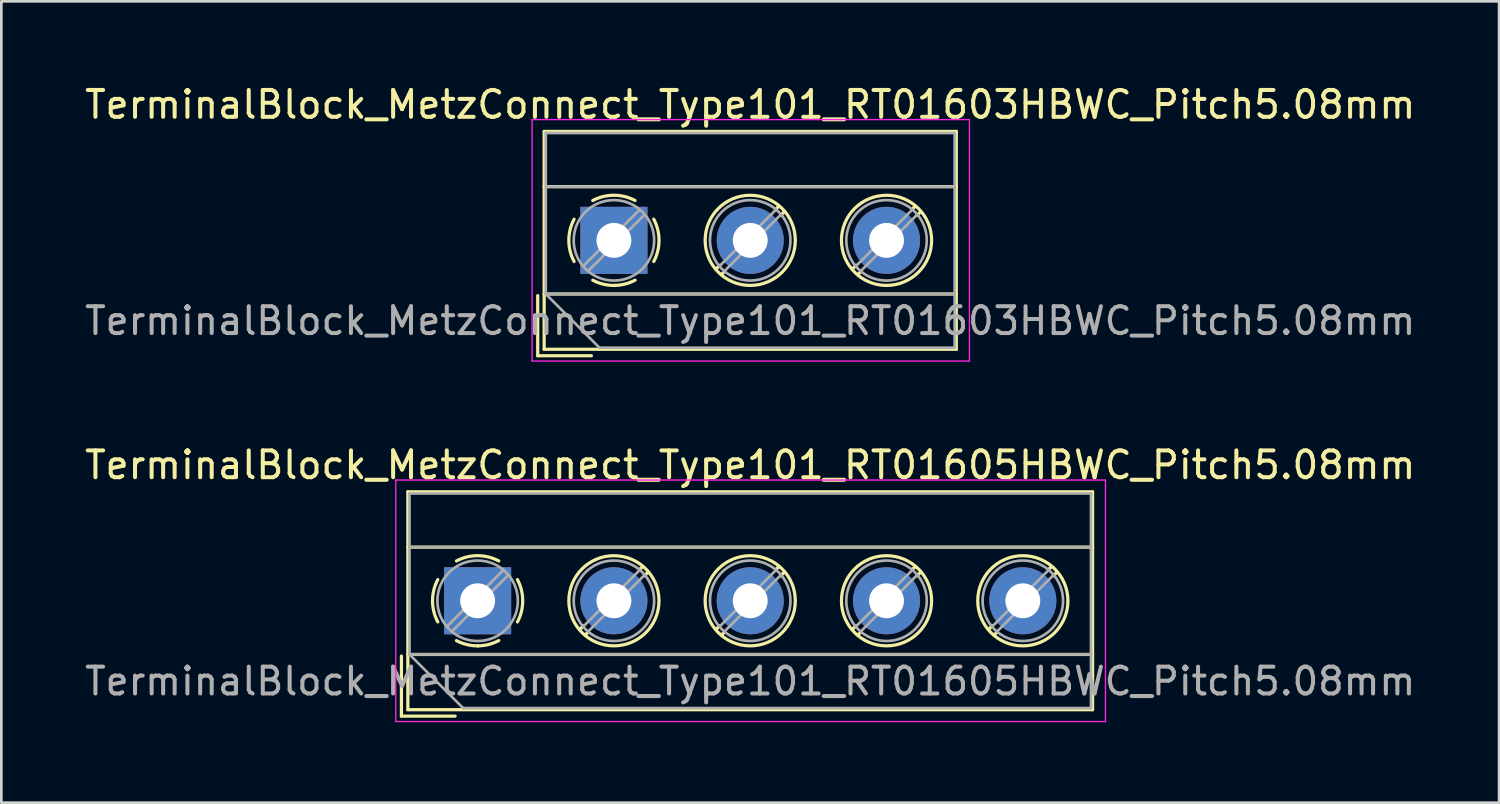
<source format=kicad_pcb>
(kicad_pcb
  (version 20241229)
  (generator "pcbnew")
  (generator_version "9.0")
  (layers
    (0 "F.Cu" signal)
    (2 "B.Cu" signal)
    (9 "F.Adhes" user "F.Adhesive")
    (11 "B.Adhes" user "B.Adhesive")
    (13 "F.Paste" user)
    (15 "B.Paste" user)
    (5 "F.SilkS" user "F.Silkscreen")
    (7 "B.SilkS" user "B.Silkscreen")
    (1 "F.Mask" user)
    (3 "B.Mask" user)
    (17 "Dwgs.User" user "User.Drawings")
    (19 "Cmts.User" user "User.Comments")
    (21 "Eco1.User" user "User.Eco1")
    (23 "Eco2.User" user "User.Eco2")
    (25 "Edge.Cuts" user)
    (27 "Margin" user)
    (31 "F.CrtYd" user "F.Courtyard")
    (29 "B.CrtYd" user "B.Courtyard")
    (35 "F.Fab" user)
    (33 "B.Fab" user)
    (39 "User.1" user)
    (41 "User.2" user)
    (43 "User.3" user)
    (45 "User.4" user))
  (footprint "TerminalBlock_MetzConnect_Type101_RT01603HBWC_Pitch5.08mm"
    (layer "F.Cu")
    (at 19.831 5.908)
    (property "Reference" "TerminalBlock_MetzConnect_Type101_RT01603HBWC_Pitch5.08mm" (at 5.08 -5.06 0) (layer "F.SilkS") (effects (font (size 1 1) (thickness 0.15))))
    (attr through_hole)
    (fp_line (start -2.84 2.06) (end -2.84 4.3) (stroke (width 0.12) (type solid)) (layer "F.SilkS"))
    (fp_line (start -2.84 4.3) (end -0.84 4.3) (stroke (width 0.12) (type solid)) (layer "F.SilkS"))
    (fp_line (start -2.6 -4.06) (end -2.6 4.06) (stroke (width 0.12) (type solid)) (layer "F.SilkS"))
    (fp_line (start -2.6 -2) (end 12.76 -2) (stroke (width 0.12) (type solid)) (layer "F.SilkS"))
    (fp_line (start -2.6 2) (end 12.76 2) (stroke (width 0.12) (type solid)) (layer "F.SilkS"))
    (fp_line (start -2.6 4.06) (end 12.76 4.06) (stroke (width 0.12) (type solid)) (layer "F.SilkS"))
    (fp_line (start 3.947 0.929) (end 3.806 1.069) (stroke (width 0.12) (type solid)) (layer "F.SilkS"))
    (fp_line (start 4.117 1.169) (end 4.011 1.274) (stroke (width 0.12) (type solid)) (layer "F.SilkS"))
    (fp_line (start 6.15 -1.275) (end 6.044 -1.169) (stroke (width 0.12) (type solid)) (layer "F.SilkS"))
    (fp_line (start 6.355 -1.069) (end 6.214 -0.929) (stroke (width 0.12) (type solid)) (layer "F.SilkS"))
    (fp_line (start 9.027 0.929) (end 8.886 1.069) (stroke (width 0.12) (type solid)) (layer "F.SilkS"))
    (fp_line (start 9.197 1.169) (end 9.091 1.274) (stroke (width 0.12) (type solid)) (layer "F.SilkS"))
    (fp_line (start 11.23 -1.275) (end 11.124 -1.169) (stroke (width 0.12) (type solid)) (layer "F.SilkS"))
    (fp_line (start 11.435 -1.069) (end 11.294 -0.929) (stroke (width 0.12) (type solid)) (layer "F.SilkS"))
    (fp_line (start 12.76 -4.06) (end -2.6 -4.06) (stroke (width 0.12) (type solid)) (layer "F.SilkS"))
    (fp_line (start 12.76 4.06) (end 12.76 -4.06) (stroke (width 0.12) (type solid)) (layer "F.SilkS"))
    (fp_arc (start -1.483953 0.789089) (mid -1.680708 0.00005) (end -1.484 -0.789) (stroke (width 0.12) (type solid)) (layer "F.SilkS"))
    (fp_arc (start -0.789089 -1.483953) (mid -0.00005 -1.680708) (end 0.789 -1.484) (stroke (width 0.12) (type solid)) (layer "F.SilkS"))
    (fp_arc (start 0.029383 1.68045) (mid -0.392304 1.634281) (end -0.789 1.484) (stroke (width 0.12) (type solid)) (layer "F.SilkS"))
    (fp_arc (start 0.788712 1.483352) (mid 0.406429 1.630097) (end 0 1.68) (stroke (width 0.12) (type solid)) (layer "F.SilkS"))
    (fp_arc (start 1.483953 -0.789089) (mid 1.680708 -0.00005) (end 1.484 0.789) (stroke (width 0.12) (type solid)) (layer "F.SilkS"))
    (fp_circle (center 5.08 0) (end 6.76 0) (stroke (width 0.12) (type solid)) (fill no) (layer "F.SilkS"))
    (fp_circle (center 10.16 0) (end 11.84 0) (stroke (width 0.12) (type solid)) (fill no) (layer "F.SilkS"))
    (fp_line (start -3.05 -4.5) (end -3.05 4.5) (stroke (width 0.05) (type solid)) (layer "F.CrtYd"))
    (fp_line (start -3.05 4.5) (end 13.25 4.5) (stroke (width 0.05) (type solid)) (layer "F.CrtYd"))
    (fp_line (start 13.25 -4.5) (end -3.05 -4.5) (stroke (width 0.05) (type solid)) (layer "F.CrtYd"))
    (fp_line (start 13.25 4.5) (end 13.25 -4.5) (stroke (width 0.05) (type solid)) (layer "F.CrtYd"))
    (fp_line (start -2.54 -4) (end 12.7 -4) (stroke (width 0.1) (type solid)) (layer "F.Fab"))
    (fp_line (start -2.54 -2) (end 12.7 -2) (stroke (width 0.1) (type solid)) (layer "F.Fab"))
    (fp_line (start -2.54 2) (end -2.54 -4) (stroke (width 0.1) (type solid)) (layer "F.Fab"))
    (fp_line (start -2.54 2) (end 12.7 2) (stroke (width 0.1) (type solid)) (layer "F.Fab"))
    (fp_line (start -0.54 4) (end -2.54 2) (stroke (width 0.1) (type solid)) (layer "F.Fab"))
    (fp_line (start 0.955 -1.138) (end -1.138 0.955) (stroke (width 0.1) (type solid)) (layer "F.Fab"))
    (fp_line (start 1.138 -0.955) (end -0.955 1.138) (stroke (width 0.1) (type solid)) (layer "F.Fab"))
    (fp_line (start 6.035 -1.138) (end 3.943 0.955) (stroke (width 0.1) (type solid)) (layer "F.Fab"))
    (fp_line (start 6.218 -0.955) (end 4.126 1.138) (stroke (width 0.1) (type solid)) (layer "F.Fab"))
    (fp_line (start 11.115 -1.138) (end 9.023 0.955) (stroke (width 0.1) (type solid)) (layer "F.Fab"))
    (fp_line (start 11.298 -0.955) (end 9.206 1.138) (stroke (width 0.1) (type solid)) (layer "F.Fab"))
    (fp_line (start 12.7 -4) (end 12.7 4) (stroke (width 0.1) (type solid)) (layer "F.Fab"))
    (fp_line (start 12.7 4) (end -0.54 4) (stroke (width 0.1) (type solid)) (layer "F.Fab"))
    (fp_circle (center 0 0) (end 1.5 0) (stroke (width 0.1) (type solid)) (fill no) (layer "F.Fab"))
    (fp_circle (center 5.08 0) (end 6.58 0) (stroke (width 0.1) (type solid)) (fill no) (layer "F.Fab"))
    (fp_circle (center 10.16 0) (end 11.66 0) (stroke (width 0.1) (type solid)) (fill no) (layer "F.Fab"))
    (fp_text user "${REFERENCE}" (at 5.08 3 0) (layer "F.Fab") (effects (font (size 1 1) (thickness 0.15))))
    (pad "1" thru_hole rect (at 0 0) (size 2.5 2.5) (drill 1.3) (layers "*.Cu" "*.Mask"))
    (pad "2" thru_hole oval (at 5.08 0) (size 2.5 2.5) (drill 1.3) (layers "*.Cu" "*.Mask"))
    (pad "3" thru_hole oval (at 10.16 0) (size 2.5 2.5) (drill 1.3) (layers "*.Cu" "*.Mask")))
  (footprint "TerminalBlock_MetzConnect_Type101_RT01605HBWC_Pitch5.08mm"
    (layer "F.Cu")
    (at 14.751 19.341)
    (property "Reference" "TerminalBlock_MetzConnect_Type101_RT01605HBWC_Pitch5.08mm" (at 10.16 -5.06 0) (layer "F.SilkS") (effects (font (size 1 1) (thickness 0.15))))
    (attr through_hole)
    (fp_line (start -2.84 2.06) (end -2.84 4.3) (stroke (width 0.12) (type solid)) (layer "F.SilkS"))
    (fp_line (start -2.84 4.3) (end -0.84 4.3) (stroke (width 0.12) (type solid)) (layer "F.SilkS"))
    (fp_line (start -2.6 -4.06) (end -2.6 4.06) (stroke (width 0.12) (type solid)) (layer "F.SilkS"))
    (fp_line (start -2.6 -2) (end 22.92 -2) (stroke (width 0.12) (type solid)) (layer "F.SilkS"))
    (fp_line (start -2.6 2) (end 22.92 2) (stroke (width 0.12) (type solid)) (layer "F.SilkS"))
    (fp_line (start -2.6 4.06) (end 22.92 4.06) (stroke (width 0.12) (type solid)) (layer "F.SilkS"))
    (fp_line (start 3.947 0.929) (end 3.806 1.069) (stroke (width 0.12) (type solid)) (layer "F.SilkS"))
    (fp_line (start 4.117 1.169) (end 4.011 1.274) (stroke (width 0.12) (type solid)) (layer "F.SilkS"))
    (fp_line (start 6.15 -1.275) (end 6.044 -1.169) (stroke (width 0.12) (type solid)) (layer "F.SilkS"))
    (fp_line (start 6.355 -1.069) (end 6.214 -0.929) (stroke (width 0.12) (type solid)) (layer "F.SilkS"))
    (fp_line (start 9.027 0.929) (end 8.886 1.069) (stroke (width 0.12) (type solid)) (layer "F.SilkS"))
    (fp_line (start 9.197 1.169) (end 9.091 1.274) (stroke (width 0.12) (type solid)) (layer "F.SilkS"))
    (fp_line (start 11.23 -1.275) (end 11.124 -1.169) (stroke (width 0.12) (type solid)) (layer "F.SilkS"))
    (fp_line (start 11.435 -1.069) (end 11.294 -0.929) (stroke (width 0.12) (type solid)) (layer "F.SilkS"))
    (fp_line (start 14.107 0.929) (end 13.966 1.069) (stroke (width 0.12) (type solid)) (layer "F.SilkS"))
    (fp_line (start 14.277 1.169) (end 14.171 1.274) (stroke (width 0.12) (type solid)) (layer "F.SilkS"))
    (fp_line (start 16.31 -1.275) (end 16.204 -1.169) (stroke (width 0.12) (type solid)) (layer "F.SilkS"))
    (fp_line (start 16.515 -1.069) (end 16.374 -0.929) (stroke (width 0.12) (type solid)) (layer "F.SilkS"))
    (fp_line (start 19.187 0.929) (end 19.046 1.069) (stroke (width 0.12) (type solid)) (layer "F.SilkS"))
    (fp_line (start 19.357 1.169) (end 19.251 1.274) (stroke (width 0.12) (type solid)) (layer "F.SilkS"))
    (fp_line (start 21.39 -1.275) (end 21.284 -1.169) (stroke (width 0.12) (type solid)) (layer "F.SilkS"))
    (fp_line (start 21.595 -1.069) (end 21.454 -0.929) (stroke (width 0.12) (type solid)) (layer "F.SilkS"))
    (fp_line (start 22.92 -4.06) (end -2.6 -4.06) (stroke (width 0.12) (type solid)) (layer "F.SilkS"))
    (fp_line (start 22.92 4.06) (end 22.92 -4.06) (stroke (width 0.12) (type solid)) (layer "F.SilkS"))
    (fp_arc (start -1.483953 0.789089) (mid -1.680708 0.00005) (end -1.484 -0.789) (stroke (width 0.12) (type solid)) (layer "F.SilkS"))
    (fp_arc (start -0.789089 -1.483953) (mid -0.00005 -1.680708) (end 0.789 -1.484) (stroke (width 0.12) (type solid)) (layer "F.SilkS"))
    (fp_arc (start 0.029383 1.68045) (mid -0.392304 1.634281) (end -0.789 1.484) (stroke (width 0.12) (type solid)) (layer "F.SilkS"))
    (fp_arc (start 0.788712 1.483352) (mid 0.406429 1.630097) (end 0 1.68) (stroke (width 0.12) (type solid)) (layer "F.SilkS"))
    (fp_arc (start 1.483953 -0.789089) (mid 1.680708 -0.00005) (end 1.484 0.789) (stroke (width 0.12) (type solid)) (layer "F.SilkS"))
    (fp_circle (center 5.08 0) (end 6.76 0) (stroke (width 0.12) (type solid)) (fill no) (layer "F.SilkS"))
    (fp_circle (center 10.16 0) (end 11.84 0) (stroke (width 0.12) (type solid)) (fill no) (layer "F.SilkS"))
    (fp_circle (center 15.24 0) (end 16.92 0) (stroke (width 0.12) (type solid)) (fill no) (layer "F.SilkS"))
    (fp_circle (center 20.32 0) (end 22 0) (stroke (width 0.12) (type solid)) (fill no) (layer "F.SilkS"))
    (fp_line (start -3.05 -4.5) (end -3.05 4.5) (stroke (width 0.05) (type solid)) (layer "F.CrtYd"))
    (fp_line (start -3.05 4.5) (end 23.4 4.5) (stroke (width 0.05) (type solid)) (layer "F.CrtYd"))
    (fp_line (start 23.4 -4.5) (end -3.05 -4.5) (stroke (width 0.05) (type solid)) (layer "F.CrtYd"))
    (fp_line (start 23.4 4.5) (end 23.4 -4.5) (stroke (width 0.05) (type solid)) (layer "F.CrtYd"))
    (fp_line (start -2.54 -4) (end 22.86 -4) (stroke (width 0.1) (type solid)) (layer "F.Fab"))
    (fp_line (start -2.54 -2) (end 22.86 -2) (stroke (width 0.1) (type solid)) (layer "F.Fab"))
    (fp_line (start -2.54 2) (end -2.54 -4) (stroke (width 0.1) (type solid)) (layer "F.Fab"))
    (fp_line (start -2.54 2) (end 22.86 2) (stroke (width 0.1) (type solid)) (layer "F.Fab"))
    (fp_line (start -0.54 4) (end -2.54 2) (stroke (width 0.1) (type solid)) (layer "F.Fab"))
    (fp_line (start 0.955 -1.138) (end -1.138 0.955) (stroke (width 0.1) (type solid)) (layer "F.Fab"))
    (fp_line (start 1.138 -0.955) (end -0.955 1.138) (stroke (width 0.1) (type solid)) (layer "F.Fab"))
    (fp_line (start 6.035 -1.138) (end 3.943 0.955) (stroke (width 0.1) (type solid)) (layer "F.Fab"))
    (fp_line (start 6.218 -0.955) (end 4.126 1.138) (stroke (width 0.1) (type solid)) (layer "F.Fab"))
    (fp_line (start 11.115 -1.138) (end 9.023 0.955) (stroke (width 0.1) (type solid)) (layer "F.Fab"))
    (fp_line (start 11.298 -0.955) (end 9.206 1.138) (stroke (width 0.1) (type solid)) (layer "F.Fab"))
    (fp_line (start 16.195 -1.138) (end 14.103 0.955) (stroke (width 0.1) (type solid)) (layer "F.Fab"))
    (fp_line (start 16.378 -0.955) (end 14.286 1.138) (stroke (width 0.1) (type solid)) (layer "F.Fab"))
    (fp_line (start 21.275 -1.138) (end 19.183 0.955) (stroke (width 0.1) (type solid)) (layer "F.Fab"))
    (fp_line (start 21.458 -0.955) (end 19.366 1.138) (stroke (width 0.1) (type solid)) (layer "F.Fab"))
    (fp_line (start 22.86 -4) (end 22.86 4) (stroke (width 0.1) (type solid)) (layer "F.Fab"))
    (fp_line (start 22.86 4) (end -0.54 4) (stroke (width 0.1) (type solid)) (layer "F.Fab"))
    (fp_circle (center 0 0) (end 1.5 0) (stroke (width 0.1) (type solid)) (fill no) (layer "F.Fab"))
    (fp_circle (center 5.08 0) (end 6.58 0) (stroke (width 0.1) (type solid)) (fill no) (layer "F.Fab"))
    (fp_circle (center 10.16 0) (end 11.66 0) (stroke (width 0.1) (type solid)) (fill no) (layer "F.Fab"))
    (fp_circle (center 15.24 0) (end 16.74 0) (stroke (width 0.1) (type solid)) (fill no) (layer "F.Fab"))
    (fp_circle (center 20.32 0) (end 21.82 0) (stroke (width 0.1) (type solid)) (fill no) (layer "F.Fab"))
    (fp_text user "${REFERENCE}" (at 10.16 3 0) (layer "F.Fab") (effects (font (size 1 1) (thickness 0.15))))
    (pad "1" thru_hole rect (at 0 0) (size 2.5 2.5) (drill 1.3) (layers "*.Cu" "*.Mask"))
    (pad "2" thru_hole oval (at 5.08 0) (size 2.5 2.5) (drill 1.3) (layers "*.Cu" "*.Mask"))
    (pad "3" thru_hole oval (at 10.16 0) (size 2.5 2.5) (drill 1.3) (layers "*.Cu" "*.Mask"))
    (pad "4" thru_hole oval (at 15.24 0) (size 2.5 2.5) (drill 1.3) (layers "*.Cu" "*.Mask"))
    (pad "5" thru_hole oval (at 20.32 0) (size 2.5 2.5) (drill 1.3) (layers "*.Cu" "*.Mask")))
  (gr_rect
    (start -3 -3)
    (end 52.821 26.866)
    (stroke (width 0.1) (type default))
    (fill no)
    (layer "Edge.Cuts")))
</source>
